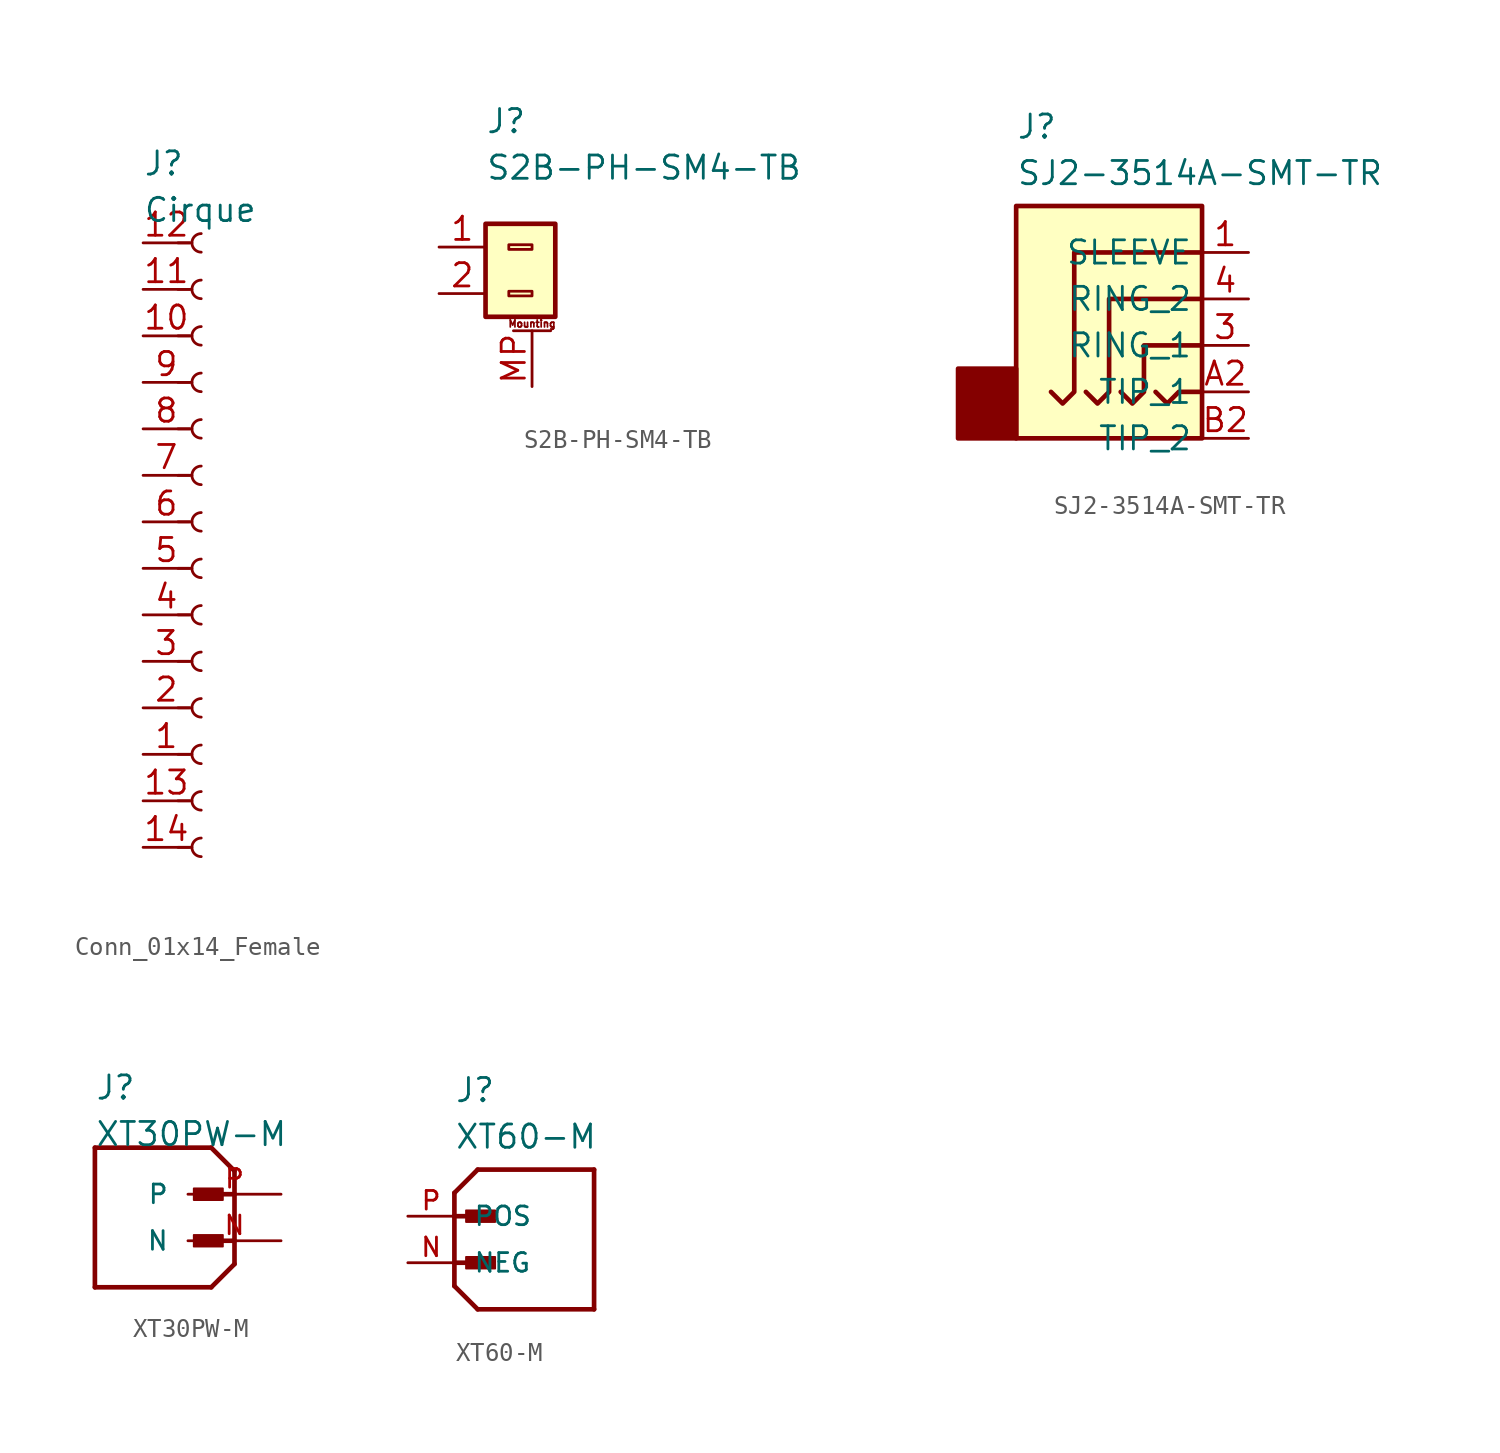
<source format=kicad_sym>
(kicad_symbol_lib
  (version 20241209)
  (generator "kicad_symbol_editor")
  (generator_version "9.0")
  (symbol "Conn_01x14_Female"
    (pin_names
      (offset 1.016)
      (hide yes))
    (property "Reference" "J"
      (at 0 5.08 0)
      (effects (font (size 1.27 1.27)) (justify left top)))
    (property "Value" "Cirque"
      (at 0 2.54 0)
      (effects (font (size 1.27 1.27)) (justify left top)))
    (symbol "Conn_01x14_Female_1_1"
      (polyline (pts (xy 1.905 -0.0001) (xy 2.667 -0.0001)) (stroke (width 0.152) (type default)) (fill (type none)))
      (polyline (pts (xy 1.905 -2.54) (xy 2.667 -2.54)) (stroke (width 0.152) (type default)) (fill (type none)))
      (polyline (pts (xy 1.905 -5.08) (xy 2.667 -5.08)) (stroke (width 0.152) (type default)) (fill (type none)))
      (polyline (pts (xy 1.905 -7.62) (xy 2.667 -7.62)) (stroke (width 0.152) (type default)) (fill (type none)))
      (polyline (pts (xy 1.905 -10.16) (xy 2.667 -10.16)) (stroke (width 0.152) (type default)) (fill (type none)))
      (polyline (pts (xy 1.905 -12.7) (xy 2.667 -12.7)) (stroke (width 0.152) (type default)) (fill (type none)))
      (polyline (pts (xy 1.905 -15.24) (xy 2.667 -15.24)) (stroke (width 0.152) (type default)) (fill (type none)))
      (polyline (pts (xy 1.905 -17.78) (xy 2.667 -17.78)) (stroke (width 0.152) (type default)) (fill (type none)))
      (polyline (pts (xy 1.905 -20.32) (xy 2.667 -20.32)) (stroke (width 0.152) (type default)) (fill (type none)))
      (polyline (pts (xy 1.905 -22.86) (xy 2.667 -22.86)) (stroke (width 0.152) (type default)) (fill (type none)))
      (polyline (pts (xy 1.905 -25.4) (xy 2.667 -25.4)) (stroke (width 0.152) (type default)) (fill (type none)))
      (polyline (pts (xy 1.905 -27.94) (xy 2.667 -27.94)) (stroke (width 0.152) (type default)) (fill (type none)))
      (polyline (pts (xy 1.905 -30.48) (xy 2.667 -30.48)) (stroke (width 0.152) (type default)) (fill (type none)))
      (polyline (pts (xy 1.905 -33.02) (xy 2.667 -33.02)) (stroke (width 0.152) (type default)) (fill (type none)))
      (arc (start 3.175 -0.5081) (mid 2.6692 -0.0001) (end 3.175 0.5079) (stroke (width 0.1524) (type default)) (fill (type none)))
      (arc (start 3.175 -3.0481) (mid 2.6692 -2.5401) (end 3.175 -2.0321) (stroke (width 0.1524) (type default)) (fill (type none)))
      (arc (start 3.175 -5.5881) (mid 2.6692 -5.0801) (end 3.175 -4.5721) (stroke (width 0.1524) (type default)) (fill (type none)))
      (arc (start 3.175 -8.1281) (mid 2.6692 -7.6201) (end 3.175 -7.1121) (stroke (width 0.1524) (type default)) (fill (type none)))
      (arc (start 3.175 -10.6681) (mid 2.6692 -10.1601) (end 3.175 -9.6521) (stroke (width 0.1524) (type default)) (fill (type none)))
      (arc (start 3.175 -13.2081) (mid 2.6692 -12.7001) (end 3.175 -12.1921) (stroke (width 0.1524) (type default)) (fill (type none)))
      (arc (start 3.175 -15.7481) (mid 2.6692 -15.2401) (end 3.175 -14.7321) (stroke (width 0.1524) (type default)) (fill (type none)))
      (arc (start 3.175 -18.2881) (mid 2.6692 -17.7801) (end 3.175 -17.2721) (stroke (width 0.1524) (type default)) (fill (type none)))
      (arc (start 3.175 -20.8281) (mid 2.6692 -20.3201) (end 3.175 -19.8121) (stroke (width 0.1524) (type default)) (fill (type none)))
      (arc (start 3.175 -23.3681) (mid 2.6692 -22.8601) (end 3.175 -22.3521) (stroke (width 0.1524) (type default)) (fill (type none)))
      (arc (start 3.175 -25.9081) (mid 2.6692 -25.4001) (end 3.175 -24.8921) (stroke (width 0.1524) (type default)) (fill (type none)))
      (arc (start 3.175 -28.4481) (mid 2.6692 -27.9401) (end 3.175 -27.4321) (stroke (width 0.1524) (type default)) (fill (type none)))
      (arc (start 3.175 -30.9881) (mid 2.6692 -30.4801) (end 3.175 -29.9721) (stroke (width 0.1524) (type default)) (fill (type none)))
      (arc (start 3.175 -33.5281) (mid 2.6692 -33.0201) (end 3.175 -32.5121) (stroke (width 0.1524) (type default)) (fill (type none)))
      (pin passive line (at 0 0 0) (length 2.54) (name "Pin_12" (effects (font (size 1.27 1.27)))) (number "12" (effects (font (size 1.27 1.27)))))
      (pin passive line (at 0 -2.54 0) (length 2.54) (name "Pin_11" (effects (font (size 1.27 1.27)))) (number "11" (effects (font (size 1.27 1.27)))))
      (pin passive line (at 0 -5.08 0) (length 2.54) (name "Pin_10" (effects (font (size 1.27 1.27)))) (number "10" (effects (font (size 1.27 1.27)))))
      (pin passive line (at 0 -7.62 0) (length 2.54) (name "Pin_9" (effects (font (size 1.27 1.27)))) (number "9" (effects (font (size 1.27 1.27)))))
      (pin passive line (at 0 -10.16 0) (length 2.54) (name "Pin_8" (effects (font (size 1.27 1.27)))) (number "8" (effects (font (size 1.27 1.27)))))
      (pin passive line (at 0 -12.7 0) (length 2.54) (name "Pin_7" (effects (font (size 1.27 1.27)))) (number "7" (effects (font (size 1.27 1.27)))))
      (pin passive line (at 0 -15.24 0) (length 2.54) (name "Pin_6" (effects (font (size 1.27 1.27)))) (number "6" (effects (font (size 1.27 1.27)))))
      (pin passive line (at 0 -17.78 0) (length 2.54) (name "Pin_5" (effects (font (size 1.27 1.27)))) (number "5" (effects (font (size 1.27 1.27)))))
      (pin passive line (at 0 -20.32 0) (length 2.54) (name "Pin_4" (effects (font (size 1.27 1.27)))) (number "4" (effects (font (size 1.27 1.27)))))
      (pin passive line (at 0 -22.86 0) (length 2.54) (name "Pin_3" (effects (font (size 1.27 1.27)))) (number "3" (effects (font (size 1.27 1.27)))))
      (pin passive line (at 0 -25.4 0) (length 2.54) (name "Pin_2" (effects (font (size 1.27 1.27)))) (number "2" (effects (font (size 1.27 1.27)))))
      (pin passive line (at 0 -27.94 0) (length 2.54) (name "Pin_1" (effects (font (size 1.27 1.27)))) (number "1" (effects (font (size 1.27 1.27)))))
      (pin passive line (at 0 -30.48 0) (length 2.54) (name "Pin_13" (effects (font (size 1.27 1.27)))) (number "13" (effects (font (size 1.27 1.27)))))
      (pin passive line (at 0 -33.02 0) (length 2.54) (name "Pin_14" (effects (font (size 1.27 1.27)))) (number "14" (effects (font (size 1.27 1.27)))))))
  (symbol "S2B-PH-SM4-TB"
    (pin_names
      (offset 1.016)
      (hide yes))
    (property "Reference" "J"
      (at 2.54 7.62 0)
      (effects (font (size 1.27 1.27)) (justify left top)))
    (property "Value" "S2B-PH-SM4-TB"
      (at 2.54 5.08 0)
      (effects (font (size 1.27 1.27)) (justify left top)))
    (symbol "S2B-PH-SM4-TB_1_1"
      (rectangle (start 2.54 1.27) (end 6.35 -3.81) (stroke (width 0.254) (type default)) (fill (type background)))
      (rectangle (start 3.81 0.127) (end 5.08 -0.127) (stroke (width 0.152) (type default)) (fill (type none)))
      (rectangle (start 3.81 -2.413) (end 5.08 -2.667) (stroke (width 0.152) (type default)) (fill (type none)))
      (polyline (pts (xy 4.064 -4.572) (xy 6.096 -4.572)) (stroke (width 0.152) (type default)) (fill (type none)))
      (text "Mounting" (at 5.08 -4.191 0) (effects (font (size 0.381 0.381))))
      (pin passive line (at 0 0 0) (length 2.54) (name "Pin_1" (effects (font (size 1.27 1.27)))) (number "1" (effects (font (size 1.27 1.27)))))
      (pin passive line (at 0 -2.54 0) (length 2.54) (name "Pin_2" (effects (font (size 1.27 1.27)))) (number "2" (effects (font (size 1.27 1.27)))))
      (pin passive line (at 5.08 -7.62 90) (length 3.048) (name "MountPin" (effects (font (size 1.27 1.27)))) (number "MP" (effects (font (size 1.27 1.27)))))))
  (symbol "SJ2-3514A-SMT-TR"
    (property "Reference" "J"
      (at -12.7 7.62 0)
      (effects (font (size 1.27 1.27)) (justify left top)))
    (property "Value" "SJ2-3514A-SMT-TR"
      (at -12.7 5.08 0)
      (effects (font (size 1.27 1.27)) (justify left top)))
    (symbol "SJ2-3514A-SMT-TR_0_1"
      (rectangle (start -15.875 -6.35) (end -12.7 -10.16) (stroke (width 0.254) (type default)) (fill (type outline)))
      (rectangle (start -12.7 2.54) (end -2.54 -10.16) (stroke (width 0.254) (type default)) (fill (type background)))
      (polyline (pts (xy -10.795 -7.62) (xy -10.16 -8.255) (xy -9.525 -7.62) (xy -9.525 0) (xy -2.54 0)) (stroke (width 0.254) (type default)) (fill (type none)))
      (polyline (pts (xy -6.985 -7.62) (xy -6.35 -8.255) (xy -5.715 -7.62) (xy -5.715 -5.08) (xy -2.54 -5.08)) (stroke (width 0.254) (type default)) (fill (type none)))
      (polyline (pts (xy -5.08 -7.62) (xy -4.445 -8.255) (xy -3.81 -7.62) (xy -2.54 -7.62)) (stroke (width 0.254) (type default)) (fill (type none)))
      (polyline (pts (xy -2.54 -2.54) (xy -7.62 -2.54) (xy -7.62 -7.62) (xy -8.255 -8.255) (xy -8.89 -7.62)) (stroke (width 0.254) (type default)) (fill (type none))))
    (symbol "SJ2-3514A-SMT-TR_1_1"
      (pin passive line (at 0 0 180) (length 2.54) (name "SLEEVE" (effects (font (size 1.27 1.27)))) (number "1" (effects (font (size 1.27 1.27)))))
      (pin passive line (at 0 -2.54 180) (length 2.54) (name "RING_2" (effects (font (size 1.27 1.27)))) (number "4" (effects (font (size 1.27 1.27)))))
      (pin passive line (at 0 -5.08 180) (length 2.54) (name "RING_1" (effects (font (size 1.27 1.27)))) (number "3" (effects (font (size 1.27 1.27)))))
      (pin passive line (at 0 -7.62 180) (length 2.54) (name "TIP_1" (effects (font (size 1.27 1.27)))) (number "A2" (effects (font (size 1.27 1.27)))))
      (pin passive line (at 0 -10.16 180) (length 2.54) (name "TIP_2" (effects (font (size 1.27 1.27)))) (number "B2" (effects (font (size 1.27 1.27)))))))
  (symbol "XT30PW-M"
    (pin_names
      (offset 1.016))
    (property "Reference" "J"
      (at -7.62 5.08 0)
      (effects (font (size 1.27 1.27)) (justify left bottom)))
    (property "Value" "XT30PW-M"
      (at -7.62 2.54 0)
      (effects (font (size 1.27 1.27)) (justify left bottom)))
    (symbol "XT30PW-M_0_0"
      (polyline (pts (xy -7.62 2.54) (xy -1.27 2.54)) (stroke (width 0.254) (type default)) (fill (type none)))
      (polyline (pts (xy -7.62 -5.08) (xy -7.62 2.54)) (stroke (width 0.254) (type default)) (fill (type none)))
      (rectangle (start -2.223 -0.318) (end -0.635 0.318) (stroke (width 0.1) (type default)) (fill (type outline)))
      (rectangle (start -2.223 -2.857) (end -0.635 -2.223) (stroke (width 0.1) (type default)) (fill (type outline)))
      (polyline (pts (xy -1.27 -5.08) (xy -7.62 -5.08)) (stroke (width 0.254) (type default)) (fill (type none)))
      (polyline (pts (xy 0 1.27) (xy -1.27 2.54)) (stroke (width 0.254) (type default)) (fill (type none)))
      (polyline (pts (xy 0 1.27) (xy 0 0)) (stroke (width 0.254) (type default)) (fill (type none)))
      (polyline (pts (xy 0 0) (xy -1.905 0)) (stroke (width 0.254) (type default)) (fill (type none)))
      (polyline (pts (xy 0 0) (xy 0 -3.81)) (stroke (width 0.254) (type default)) (fill (type none)))
      (polyline (pts (xy 0 -2.54) (xy -1.905 -2.54)) (stroke (width 0.254) (type default)) (fill (type none)))
      (polyline (pts (xy 0 -3.81) (xy -1.27 -5.08)) (stroke (width 0.254) (type default)) (fill (type none)))
      (pin power_in line (at 2.54 0 180) (length 5.08) (name "P" (effects (font (size 1.016 1.016)))) (number "P" (effects (font (size 1.016 1.016)))))
      (pin power_in line (at 2.54 -2.54 180) (length 5.08) (name "N" (effects (font (size 1.016 1.016)))) (number "N" (effects (font (size 1.016 1.016)))))))
  (symbol "XT60-M"
    (pin_names
      (offset 1.016))
    (property "Reference" "J"
      (at 0 10.16 0)
      (effects (font (size 1.27 1.27)) (justify left top)))
    (property "Value" "XT60-M"
      (at 0 7.62 0)
      (effects (font (size 1.27 1.27)) (justify left top)))
    (symbol "XT60-M_0_0"
      (polyline (pts (xy 0 3.81) (xy 0 2.54)) (stroke (width 0.254) (type default)) (fill (type none)))
      (polyline (pts (xy 0 3.81) (xy 1.27 5.08)) (stroke (width 0.254) (type default)) (fill (type none)))
      (polyline (pts (xy 0 2.54) (xy 0 -1.27)) (stroke (width 0.254) (type default)) (fill (type none)))
      (polyline (pts (xy 0 2.54) (xy 1.905 2.54)) (stroke (width 0.254) (type default)) (fill (type none)))
      (polyline (pts (xy 0 0) (xy 1.905 0)) (stroke (width 0.254) (type default)) (fill (type none)))
      (polyline (pts (xy 0 -1.27) (xy 1.27 -2.54)) (stroke (width 0.254) (type default)) (fill (type none)))
      (rectangle (start 0.635 2.223) (end 2.223 2.857) (stroke (width 0.1) (type default)) (fill (type outline)))
      (rectangle (start 0.635 -0.318) (end 2.223 0.318) (stroke (width 0.1) (type default)) (fill (type outline)))
      (polyline (pts (xy 1.27 -2.54) (xy 7.62 -2.54)) (stroke (width 0.254) (type default)) (fill (type none)))
      (polyline (pts (xy 7.62 5.08) (xy 1.27 5.08)) (stroke (width 0.254) (type default)) (fill (type none)))
      (polyline (pts (xy 7.62 -2.54) (xy 7.62 5.08)) (stroke (width 0.254) (type default)) (fill (type none))))
    (symbol "XT60-M_1_0"
      (pin passive line (at -2.54 2.54 0) (length 2.54) (name "POS" (effects (font (size 1.016 1.016)))) (number "P" (effects (font (size 1.016 1.016)))))
      (pin passive line (at -2.54 0 0) (length 2.54) (name "NEG" (effects (font (size 1.016 1.016)))) (number "N" (effects (font (size 1.016 1.016))))))))
</source>
